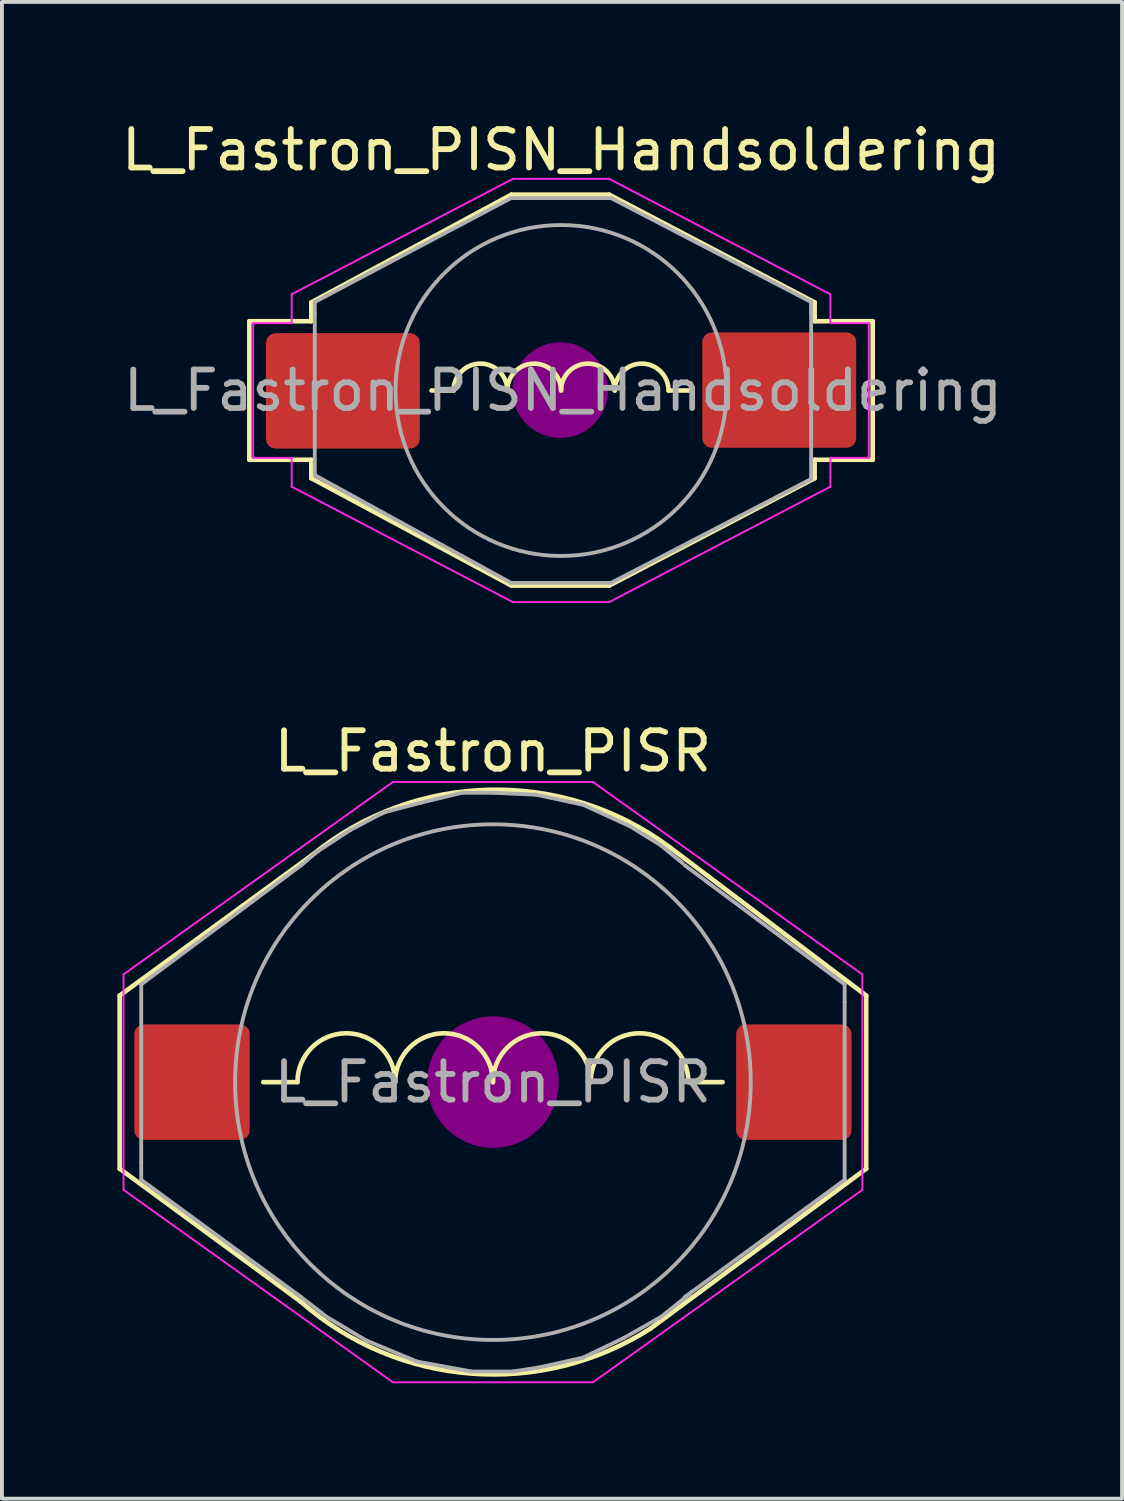
<source format=kicad_pcb>
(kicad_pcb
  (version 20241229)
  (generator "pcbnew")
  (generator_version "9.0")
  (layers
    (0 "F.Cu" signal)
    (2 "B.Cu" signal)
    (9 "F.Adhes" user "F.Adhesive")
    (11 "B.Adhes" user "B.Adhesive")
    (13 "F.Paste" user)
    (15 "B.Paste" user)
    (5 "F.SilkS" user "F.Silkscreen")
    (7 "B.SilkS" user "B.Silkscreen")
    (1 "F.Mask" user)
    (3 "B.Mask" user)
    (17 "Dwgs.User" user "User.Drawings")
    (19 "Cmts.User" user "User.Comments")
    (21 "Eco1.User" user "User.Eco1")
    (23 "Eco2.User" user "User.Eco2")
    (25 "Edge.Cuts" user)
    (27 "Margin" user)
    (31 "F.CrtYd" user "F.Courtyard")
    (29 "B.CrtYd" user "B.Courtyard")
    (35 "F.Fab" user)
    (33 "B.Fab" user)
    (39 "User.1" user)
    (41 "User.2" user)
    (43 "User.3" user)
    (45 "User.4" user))
  (footprint "L_Fastron_PISN_Handsoldering"
    (layer "F.Cu")
    (at 11.53 7.098)
    (property "Reference" "L_Fastron_PISN_Handsoldering" (at 0 -6.25 0) (layer "F.SilkS") (effects (font (size 1 1) (thickness 0.15))))
    (attr smd)
    (fp_line (start -8.1 -1.8) (end -6.49 -1.8) (stroke (width 0.12) (type solid)) (layer "F.SilkS"))
    (fp_line (start -8.1 1.8) (end -8.1 -1.8) (stroke (width 0.12) (type solid)) (layer "F.SilkS"))
    (fp_line (start -6.49 -2.29) (end -6.49 -1.8) (stroke (width 0.12) (type solid)) (layer "F.SilkS"))
    (fp_line (start -6.49 1.8) (end -8.1 1.8) (stroke (width 0.12) (type solid)) (layer "F.SilkS"))
    (fp_line (start -6.49 2.28) (end -6.49 1.8) (stroke (width 0.12) (type solid)) (layer "F.SilkS"))
    (fp_line (start -3.365 0) (end -2.794 0) (stroke (width 0.12) (type solid)) (layer "F.SilkS"))
    (fp_line (start -1.29 -5.09) (end -6.49 -2.29) (stroke (width 0.12) (type solid)) (layer "F.SilkS"))
    (fp_line (start -1.29 -5.09) (end 1.25 -5.09) (stroke (width 0.12) (type solid)) (layer "F.SilkS"))
    (fp_line (start -1.29 5.07) (end -6.49 2.28) (stroke (width 0.12) (type solid)) (layer "F.SilkS"))
    (fp_line (start -1.29 5.07) (end 1.25 5.07) (stroke (width 0.12) (type solid)) (layer "F.SilkS"))
    (fp_line (start 1.25 -5.09) (end 6.59 -2.29) (stroke (width 0.12) (type solid)) (layer "F.SilkS"))
    (fp_line (start 1.25 5.07) (end 6.59 2.28) (stroke (width 0.12) (type solid)) (layer "F.SilkS"))
    (fp_line (start 2.794 0) (end 3.365 0) (stroke (width 0.12) (type solid)) (layer "F.SilkS"))
    (fp_line (start 6.59 -2.29) (end 6.59 -1.8) (stroke (width 0.12) (type solid)) (layer "F.SilkS"))
    (fp_line (start 6.59 -1.8) (end 8.1 -1.8) (stroke (width 0.12) (type solid)) (layer "F.SilkS"))
    (fp_line (start 6.59 2.28) (end 6.59 1.8) (stroke (width 0.12) (type solid)) (layer "F.SilkS"))
    (fp_line (start 8.1 -1.8) (end 8.1 1.8) (stroke (width 0.12) (type solid)) (layer "F.SilkS"))
    (fp_line (start 8.1 1.8) (end 6.59 1.8) (stroke (width 0.12) (type solid)) (layer "F.SilkS"))
    (fp_arc (start -2.794 0) (mid -2.0955 -0.6985) (end -1.397 0) (stroke (width 0.12) (type solid)) (layer "F.SilkS"))
    (fp_arc (start -1.397 0) (mid -0.6985 -0.6985) (end 0 0) (stroke (width 0.12) (type solid)) (layer "F.SilkS"))
    (fp_arc (start 0 0) (mid 0.6985 -0.6985) (end 1.397 0) (stroke (width 0.12) (type solid)) (layer "F.SilkS"))
    (fp_arc (start 1.397 0) (mid 2.0955 -0.6985) (end 2.794 0) (stroke (width 0.12) (type solid)) (layer "F.SilkS"))
    (fp_line (start -0.02 -0.26) (end -0.02 0.25) (stroke (width 0.38) (type solid)) (layer "F.Adhes"))
    (fp_circle (center -0.02 -0.01) (end -0.02 0.5) (stroke (width 0.38) (type solid)) (fill no) (layer "F.Adhes"))
    (fp_circle (center -0.02 -0.01) (end 0.24 -0.01) (stroke (width 0.38) (type solid)) (fill no) (layer "F.Adhes"))
    (fp_circle (center -0.02 -0.01) (end 0.24 0.76) (stroke (width 0.38) (type solid)) (fill no) (layer "F.Adhes"))
    (fp_circle (center -0.02 -0.01) (end 0.24 1.01) (stroke (width 0.38) (type solid)) (fill no) (layer "F.Adhes"))
    (fp_line (start -8 -1.75) (end -8 1.75) (stroke (width 0.05) (type solid)) (layer "F.CrtYd"))
    (fp_line (start -8 1.75) (end -7 1.75) (stroke (width 0.05) (type solid)) (layer "F.CrtYd"))
    (fp_line (start -7 -2.5) (end -7 -1.75) (stroke (width 0.05) (type solid)) (layer "F.CrtYd"))
    (fp_line (start -7 -2.5) (end -1.25 -5.5) (stroke (width 0.05) (type solid)) (layer "F.CrtYd"))
    (fp_line (start -7 -1.75) (end -8 -1.75) (stroke (width 0.05) (type solid)) (layer "F.CrtYd"))
    (fp_line (start -7 1.75) (end -7 2.5) (stroke (width 0.05) (type solid)) (layer "F.CrtYd"))
    (fp_line (start -1.25 -5.5) (end 1.25 -5.5) (stroke (width 0.05) (type solid)) (layer "F.CrtYd"))
    (fp_line (start -1.25 5.5) (end -7 2.5) (stroke (width 0.05) (type solid)) (layer "F.CrtYd"))
    (fp_line (start 1.25 -5.5) (end 7 -2.5) (stroke (width 0.05) (type solid)) (layer "F.CrtYd"))
    (fp_line (start 1.25 5.5) (end -1.25 5.5) (stroke (width 0.05) (type solid)) (layer "F.CrtYd"))
    (fp_line (start 7 -1.75) (end 7 -2.5) (stroke (width 0.05) (type solid)) (layer "F.CrtYd"))
    (fp_line (start 7 1.75) (end 8 1.75) (stroke (width 0.05) (type solid)) (layer "F.CrtYd"))
    (fp_line (start 7 2.25) (end 7 1.75) (stroke (width 0.05) (type solid)) (layer "F.CrtYd"))
    (fp_line (start 7 2.25) (end 7 2.5) (stroke (width 0.05) (type solid)) (layer "F.CrtYd"))
    (fp_line (start 7 2.5) (end 1.25 5.5) (stroke (width 0.05) (type solid)) (layer "F.CrtYd"))
    (fp_line (start 8 -1.75) (end 7 -1.75) (stroke (width 0.05) (type solid)) (layer "F.CrtYd"))
    (fp_line (start 8 1.75) (end 8 -1.75) (stroke (width 0.05) (type solid)) (layer "F.CrtYd"))
    (fp_line (start -6.4 -2.3) (end -1.3 -5) (stroke (width 0.1) (type solid)) (layer "F.Fab"))
    (fp_line (start -6.4 -2) (end -6.4 -2.3) (stroke (width 0.1) (type solid)) (layer "F.Fab"))
    (fp_line (start -6.4 -2) (end -6.4 2.2) (stroke (width 0.1) (type solid)) (layer "F.Fab"))
    (fp_line (start -6.4 2.2) (end -1.3 5) (stroke (width 0.1) (type solid)) (layer "F.Fab"))
    (fp_line (start -1.3 -5) (end 1.3 -5) (stroke (width 0.1) (type solid)) (layer "F.Fab"))
    (fp_line (start -1.3 5) (end 1.3 5) (stroke (width 0.1) (type solid)) (layer "F.Fab"))
    (fp_line (start 1.3 -5) (end 6.5 -2.3) (stroke (width 0.1) (type solid)) (layer "F.Fab"))
    (fp_line (start 1.3 5) (end 6.5 2.3) (stroke (width 0.1) (type solid)) (layer "F.Fab"))
    (fp_line (start 6.5 -2.3) (end 6.5 -2) (stroke (width 0.1) (type solid)) (layer "F.Fab"))
    (fp_line (start 6.5 2.3) (end 6.5 -2.2) (stroke (width 0.1) (type solid)) (layer "F.Fab"))
    (fp_circle (center 0 0) (end 0 -4.3) (stroke (width 0.1) (type solid)) (fill no) (layer "F.Fab"))
    (fp_text user "${REFERENCE}" (at 0.05 0 0) (layer "F.Fab") (effects (font (size 1 1) (thickness 0.15))))
    (pad "1" smd roundrect (at 5.67 -0.01) (size 4 3) (layers "F.Cu" "F.Mask" "F.Paste") (roundrect_rratio 0.083))
    (pad "2" smd roundrect (at -5.67 0.01) (size 4 3) (layers "F.Cu" "F.Mask" "F.Paste") (roundrect_rratio 0.083)))
  (footprint "L_Fastron_PISR"
    (layer "F.Cu")
    (at 9.76 25.072)
    (property "Reference" "L_Fastron_PISR" (at 0 -8.6 0) (layer "F.SilkS") (effects (font (size 1 1) (thickness 0.15))))
    (attr smd)
    (fp_line (start -9.7 -2.25) (end -9.7 2.25) (stroke (width 0.12) (type solid)) (layer "F.SilkS"))
    (fp_line (start -9.7 -2.25) (end -4.7 -5.9) (stroke (width 0.12) (type solid)) (layer "F.SilkS"))
    (fp_line (start -5.08 0) (end -5.969 0) (stroke (width 0.12) (type solid)) (layer "F.SilkS"))
    (fp_line (start -5 5.7) (end -9.7 2.25) (stroke (width 0.12) (type solid)) (layer "F.SilkS"))
    (fp_line (start 4.1 6.4) (end 9.7 2.25) (stroke (width 0.12) (type solid)) (layer "F.SilkS"))
    (fp_line (start 4.6 -6.1) (end 9.7 -2.25) (stroke (width 0.12) (type solid)) (layer "F.SilkS"))
    (fp_line (start 5.969 0) (end 5.08 0) (stroke (width 0.12) (type solid)) (layer "F.SilkS"))
    (fp_line (start 9.7 -2.25) (end 9.7 2.25) (stroke (width 0.12) (type solid)) (layer "F.SilkS"))
    (fp_arc (start -5.08 0) (mid -3.81 -1.27) (end -2.54 0) (stroke (width 0.12) (type solid)) (layer "F.SilkS"))
    (fp_arc (start -4.7 -5.9) (mid -0.084363 -7.597865) (end 4.6 -6.1) (stroke (width 0.12) (type solid)) (layer "F.SilkS"))
    (fp_arc (start -2.54 0) (mid -1.27 -1.27) (end 0 0) (stroke (width 0.12) (type solid)) (layer "F.SilkS"))
    (fp_arc (start 0 0) (mid 1.27 -1.27) (end 2.54 0) (stroke (width 0.12) (type solid)) (layer "F.SilkS"))
    (fp_arc (start 2.54 0) (mid 3.81 -1.27) (end 5.08 0) (stroke (width 0.12) (type solid)) (layer "F.SilkS"))
    (fp_arc (start 4.1 6.4) (mid -0.567222 7.573885) (end -5 5.7) (stroke (width 0.12) (type solid)) (layer "F.SilkS"))
    (fp_line (start 0 -0.25) (end 0 0.25) (stroke (width 0.38) (type solid)) (layer "F.Adhes"))
    (fp_circle (center 0 0) (end 0 0.25) (stroke (width 0.38) (type solid)) (fill no) (layer "F.Adhes"))
    (fp_circle (center 0 0) (end 0 0.51) (stroke (width 0.38) (type solid)) (fill no) (layer "F.Adhes"))
    (fp_circle (center 0 0) (end 0 0.76) (stroke (width 0.38) (type solid)) (fill no) (layer "F.Adhes"))
    (fp_circle (center 0 0) (end 0 1.02) (stroke (width 0.38) (type solid)) (fill no) (layer "F.Adhes"))
    (fp_circle (center 0 0) (end 0 1.27) (stroke (width 0.38) (type solid)) (fill no) (layer "F.Adhes"))
    (fp_circle (center 0 0) (end 0 1.52) (stroke (width 0.38) (type solid)) (fill no) (layer "F.Adhes"))
    (fp_line (start -9.6 -2.8) (end -2.6 -7.8) (stroke (width 0.05) (type solid)) (layer "F.CrtYd"))
    (fp_line (start -9.6 2.8) (end -9.6 -2.8) (stroke (width 0.05) (type solid)) (layer "F.CrtYd"))
    (fp_line (start -2.6 -7.8) (end 2.6 -7.8) (stroke (width 0.05) (type solid)) (layer "F.CrtYd"))
    (fp_line (start -2.6 7.8) (end -9.6 2.8) (stroke (width 0.05) (type solid)) (layer "F.CrtYd"))
    (fp_line (start 2.6 -7.8) (end 9.6 -2.8) (stroke (width 0.05) (type solid)) (layer "F.CrtYd"))
    (fp_line (start 2.6 7.8) (end -2.6 7.8) (stroke (width 0.05) (type solid)) (layer "F.CrtYd"))
    (fp_line (start 9.6 -2.8) (end 9.6 2.8) (stroke (width 0.05) (type solid)) (layer "F.CrtYd"))
    (fp_line (start 9.6 2.8) (end 2.6 7.8) (stroke (width 0.05) (type solid)) (layer "F.CrtYd"))
    (fp_line (start -9.14 -2.54) (end -4.98 -5.64) (stroke (width 0.1) (type solid)) (layer "F.Fab"))
    (fp_line (start -9.14 2.08) (end -9.14 -2.54) (stroke (width 0.1) (type solid)) (layer "F.Fab"))
    (fp_line (start -9.14 2.08) (end -9.14 2.54) (stroke (width 0.1) (type solid)) (layer "F.Fab"))
    (fp_line (start -9.14 2.54) (end -4.98 5.59) (stroke (width 0.1) (type solid)) (layer "F.Fab"))
    (fp_line (start -4.98 -5.64) (end -4.57 -5.99) (stroke (width 0.1) (type solid)) (layer "F.Fab"))
    (fp_line (start -4.98 5.59) (end -4.32 6.1) (stroke (width 0.1) (type solid)) (layer "F.Fab"))
    (fp_line (start -4.57 -5.99) (end -3.71 -6.55) (stroke (width 0.1) (type solid)) (layer "F.Fab"))
    (fp_line (start -4.32 6.1) (end -3.3 6.71) (stroke (width 0.1) (type solid)) (layer "F.Fab"))
    (fp_line (start -3.71 -6.55) (end -2.84 -7.01) (stroke (width 0.1) (type solid)) (layer "F.Fab"))
    (fp_line (start -3.3 6.71) (end -1.98 7.26) (stroke (width 0.1) (type solid)) (layer "F.Fab"))
    (fp_line (start -2.84 -7.01) (end -1.88 -7.26) (stroke (width 0.1) (type solid)) (layer "F.Fab"))
    (fp_line (start -1.98 7.26) (end -0.56 7.52) (stroke (width 0.1) (type solid)) (layer "F.Fab"))
    (fp_line (start -1.88 -7.26) (end -0.81 -7.52) (stroke (width 0.1) (type solid)) (layer "F.Fab"))
    (fp_line (start -0.81 -7.52) (end 0 -7.52) (stroke (width 0.1) (type solid)) (layer "F.Fab"))
    (fp_line (start -0.56 7.52) (end 0.51 7.52) (stroke (width 0.1) (type solid)) (layer "F.Fab"))
    (fp_line (start 0 -7.52) (end 1.12 -7.47) (stroke (width 0.1) (type solid)) (layer "F.Fab"))
    (fp_line (start 0.51 7.52) (end 1.17 7.42) (stroke (width 0.1) (type solid)) (layer "F.Fab"))
    (fp_line (start 1.12 -7.47) (end 2.34 -7.21) (stroke (width 0.1) (type solid)) (layer "F.Fab"))
    (fp_line (start 1.17 7.42) (end 2.34 7.16) (stroke (width 0.1) (type solid)) (layer "F.Fab"))
    (fp_line (start 2.34 -7.21) (end 3.56 -6.65) (stroke (width 0.1) (type solid)) (layer "F.Fab"))
    (fp_line (start 2.34 7.16) (end 3.4 6.65) (stroke (width 0.1) (type solid)) (layer "F.Fab"))
    (fp_line (start 3.4 6.65) (end 4.37 6.1) (stroke (width 0.1) (type solid)) (layer "F.Fab"))
    (fp_line (start 3.56 -6.65) (end 4.37 -6.15) (stroke (width 0.1) (type solid)) (layer "F.Fab"))
    (fp_line (start 4.37 -6.15) (end 4.93 -5.69) (stroke (width 0.1) (type solid)) (layer "F.Fab"))
    (fp_line (start 4.37 6.1) (end 5.13 5.49) (stroke (width 0.1) (type solid)) (layer "F.Fab"))
    (fp_line (start 9.14 -2.54) (end 4.98 -5.64) (stroke (width 0.1) (type solid)) (layer "F.Fab"))
    (fp_line (start 9.14 -2.08) (end 9.14 -2.54) (stroke (width 0.1) (type solid)) (layer "F.Fab"))
    (fp_line (start 9.14 -2.08) (end 9.14 2.54) (stroke (width 0.1) (type solid)) (layer "F.Fab"))
    (fp_line (start 9.14 2.54) (end 4.98 5.59) (stroke (width 0.1) (type solid)) (layer "F.Fab"))
    (fp_circle (center 0 0) (end 6.7 0) (stroke (width 0.1) (type solid)) (fill no) (layer "F.Fab"))
    (fp_text user "${REFERENCE}" (at 0 0 0) (layer "F.Fab") (effects (font (size 1 1) (thickness 0.15))))
    (pad "1" smd roundrect (at 7.82 0) (size 3 3) (layers "F.Cu" "F.Mask" "F.Paste") (roundrect_rratio 0.083))
    (pad "2" smd roundrect (at -7.82 0) (size 3 3) (layers "F.Cu" "F.Mask" "F.Paste") (roundrect_rratio 0.083)))
  (gr_rect
    (start -3 -3)
    (end 26.11 35.897)
    (stroke (width 0.1) (type default))
    (fill no)
    (layer "Edge.Cuts")))
</source>
